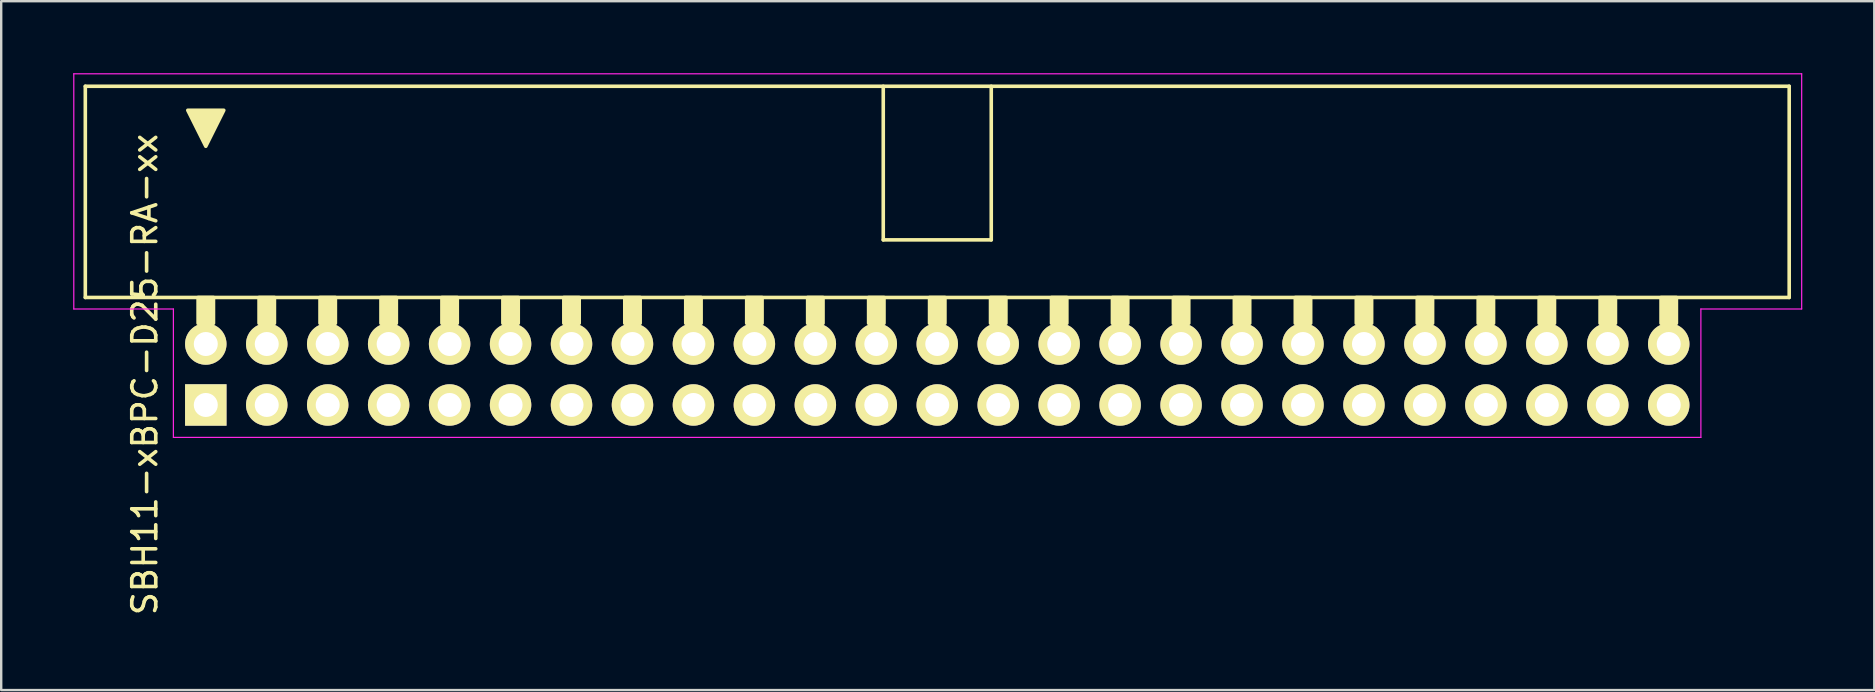
<source format=kicad_pcb>
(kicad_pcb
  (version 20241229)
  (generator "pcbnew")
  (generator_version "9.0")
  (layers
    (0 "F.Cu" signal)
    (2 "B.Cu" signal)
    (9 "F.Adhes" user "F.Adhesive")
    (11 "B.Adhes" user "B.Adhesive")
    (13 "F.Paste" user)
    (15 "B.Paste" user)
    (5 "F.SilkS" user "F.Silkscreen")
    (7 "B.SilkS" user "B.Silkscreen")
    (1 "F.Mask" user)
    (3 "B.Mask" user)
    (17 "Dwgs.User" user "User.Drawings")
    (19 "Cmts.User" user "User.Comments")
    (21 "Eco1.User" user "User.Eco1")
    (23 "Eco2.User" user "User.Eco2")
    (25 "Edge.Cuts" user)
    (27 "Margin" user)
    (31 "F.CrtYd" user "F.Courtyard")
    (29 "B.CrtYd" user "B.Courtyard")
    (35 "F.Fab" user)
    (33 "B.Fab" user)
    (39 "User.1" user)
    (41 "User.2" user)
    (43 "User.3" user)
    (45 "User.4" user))
  (footprint "SBH11-xBPC-D25-RA-xx"
    (layer "F.Cu")
    (at 5.525 13.825)
    (property "Reference" "SBH11-xBPC-D25-RA-xx" (at -2.54 -1.27 270) (layer "F.SilkS") (effects (font (size 1 1) (thickness 0.15))))
    (attr through_hole)
    (fp_line (start -5.02 -13.28) (end -5.02 -4.48) (stroke (width 0.15) (type solid)) (layer "F.SilkS"))
    (fp_line (start -5.02 -13.28) (end 65.98 -13.28) (stroke (width 0.15) (type solid)) (layer "F.SilkS"))
    (fp_line (start -5.02 -4.48) (end 65.98 -4.48) (stroke (width 0.15) (type solid)) (layer "F.SilkS"))
    (fp_line (start 28.23 -6.88) (end 28.23 -13.28) (stroke (width 0.15) (type solid)) (layer "F.SilkS"))
    (fp_line (start 28.23 -6.88) (end 32.73 -6.88) (stroke (width 0.15) (type solid)) (layer "F.SilkS"))
    (fp_line (start 32.73 -6.88) (end 32.73 -13.28) (stroke (width 0.15) (type solid)) (layer "F.SilkS"))
    (fp_line (start 65.98 -13.28) (end 65.98 -4.48) (stroke (width 0.15) (type solid)) (layer "F.SilkS"))
    (fp_poly (pts (xy 0 -10.78) (xy -0.75 -12.28) (xy 0.75 -12.28)) (stroke (width 0.15) (type solid)) (fill yes) (layer "F.SilkS"))
    (fp_poly (pts (xy 0.32 -4.48) (xy -0.32 -4.48) (xy -0.32 -3.404) (xy 0.32 -3.404)) (stroke (width 0.15) (type solid)) (fill yes) (layer "F.SilkS"))
    (fp_poly (pts (xy 2.86 -4.48) (xy 2.22 -4.48) (xy 2.22 -3.404) (xy 2.86 -3.404)) (stroke (width 0.15) (type solid)) (fill yes) (layer "F.SilkS"))
    (fp_poly (pts (xy 5.4 -4.48) (xy 4.76 -4.48) (xy 4.76 -3.404) (xy 5.4 -3.404)) (stroke (width 0.15) (type solid)) (fill yes) (layer "F.SilkS"))
    (fp_poly (pts (xy 7.94 -4.48) (xy 7.3 -4.48) (xy 7.3 -3.404) (xy 7.94 -3.404)) (stroke (width 0.15) (type solid)) (fill yes) (layer "F.SilkS"))
    (fp_poly (pts (xy 10.48 -4.48) (xy 9.84 -4.48) (xy 9.84 -3.404) (xy 10.48 -3.404)) (stroke (width 0.15) (type solid)) (fill yes) (layer "F.SilkS"))
    (fp_poly (pts (xy 13.02 -4.48) (xy 12.38 -4.48) (xy 12.38 -3.404) (xy 13.02 -3.404)) (stroke (width 0.15) (type solid)) (fill yes) (layer "F.SilkS"))
    (fp_poly (pts (xy 15.56 -4.48) (xy 14.92 -4.48) (xy 14.92 -3.404) (xy 15.56 -3.404)) (stroke (width 0.15) (type solid)) (fill yes) (layer "F.SilkS"))
    (fp_poly (pts (xy 18.1 -4.48) (xy 17.46 -4.48) (xy 17.46 -3.404) (xy 18.1 -3.404)) (stroke (width 0.15) (type solid)) (fill yes) (layer "F.SilkS"))
    (fp_poly (pts (xy 20.64 -4.48) (xy 20 -4.48) (xy 20 -3.404) (xy 20.64 -3.404)) (stroke (width 0.15) (type solid)) (fill yes) (layer "F.SilkS"))
    (fp_poly (pts (xy 23.18 -4.48) (xy 22.54 -4.48) (xy 22.54 -3.404) (xy 23.18 -3.404)) (stroke (width 0.15) (type solid)) (fill yes) (layer "F.SilkS"))
    (fp_poly (pts (xy 25.72 -4.48) (xy 25.08 -4.48) (xy 25.08 -3.404) (xy 25.72 -3.404)) (stroke (width 0.15) (type solid)) (fill yes) (layer "F.SilkS"))
    (fp_poly (pts (xy 28.26 -4.48) (xy 27.62 -4.48) (xy 27.62 -3.404) (xy 28.26 -3.404)) (stroke (width 0.15) (type solid)) (fill yes) (layer "F.SilkS"))
    (fp_poly (pts (xy 30.8 -4.48) (xy 30.16 -4.48) (xy 30.16 -3.404) (xy 30.8 -3.404)) (stroke (width 0.15) (type solid)) (fill yes) (layer "F.SilkS"))
    (fp_poly (pts (xy 33.34 -4.48) (xy 32.7 -4.48) (xy 32.7 -3.404) (xy 33.34 -3.404)) (stroke (width 0.15) (type solid)) (fill yes) (layer "F.SilkS"))
    (fp_poly (pts (xy 35.88 -4.48) (xy 35.24 -4.48) (xy 35.24 -3.404) (xy 35.88 -3.404)) (stroke (width 0.15) (type solid)) (fill yes) (layer "F.SilkS"))
    (fp_poly (pts (xy 38.42 -4.48) (xy 37.78 -4.48) (xy 37.78 -3.404) (xy 38.42 -3.404)) (stroke (width 0.15) (type solid)) (fill yes) (layer "F.SilkS"))
    (fp_poly (pts (xy 40.96 -4.48) (xy 40.32 -4.48) (xy 40.32 -3.404) (xy 40.96 -3.404)) (stroke (width 0.15) (type solid)) (fill yes) (layer "F.SilkS"))
    (fp_poly (pts (xy 43.5 -4.48) (xy 42.86 -4.48) (xy 42.86 -3.404) (xy 43.5 -3.404)) (stroke (width 0.15) (type solid)) (fill yes) (layer "F.SilkS"))
    (fp_poly (pts (xy 46.04 -4.48) (xy 45.4 -4.48) (xy 45.4 -3.404) (xy 46.04 -3.404)) (stroke (width 0.15) (type solid)) (fill yes) (layer "F.SilkS"))
    (fp_poly (pts (xy 48.58 -4.48) (xy 47.94 -4.48) (xy 47.94 -3.404) (xy 48.58 -3.404)) (stroke (width 0.15) (type solid)) (fill yes) (layer "F.SilkS"))
    (fp_poly (pts (xy 51.12 -4.48) (xy 50.48 -4.48) (xy 50.48 -3.404) (xy 51.12 -3.404)) (stroke (width 0.15) (type solid)) (fill yes) (layer "F.SilkS"))
    (fp_poly (pts (xy 53.66 -4.48) (xy 53.02 -4.48) (xy 53.02 -3.404) (xy 53.66 -3.404)) (stroke (width 0.15) (type solid)) (fill yes) (layer "F.SilkS"))
    (fp_poly (pts (xy 56.2 -4.48) (xy 55.56 -4.48) (xy 55.56 -3.404) (xy 56.2 -3.404)) (stroke (width 0.15) (type solid)) (fill yes) (layer "F.SilkS"))
    (fp_poly (pts (xy 58.74 -4.48) (xy 58.1 -4.48) (xy 58.1 -3.404) (xy 58.74 -3.404)) (stroke (width 0.15) (type solid)) (fill yes) (layer "F.SilkS"))
    (fp_poly (pts (xy 61.28 -4.48) (xy 60.64 -4.48) (xy 60.64 -3.404) (xy 61.28 -3.404)) (stroke (width 0.15) (type solid)) (fill yes) (layer "F.SilkS"))
    (fp_line (start -5.5 -13.8) (end -5.5 -4) (stroke (width 0.05) (type solid)) (layer "F.CrtYd"))
    (fp_line (start -5.5 -13.8) (end 66.5 -13.8) (stroke (width 0.05) (type solid)) (layer "F.CrtYd"))
    (fp_line (start -5.5 -4) (end -1.35 -4) (stroke (width 0.05) (type solid)) (layer "F.CrtYd"))
    (fp_line (start -1.35 -4) (end -1.35 1.35) (stroke (width 0.05) (type solid)) (layer "F.CrtYd"))
    (fp_line (start -1.35 1.35) (end 62.3 1.35) (stroke (width 0.05) (type solid)) (layer "F.CrtYd"))
    (fp_line (start 62.3 -4) (end 62.3 1.35) (stroke (width 0.05) (type solid)) (layer "F.CrtYd"))
    (fp_line (start 66.5 -13.8) (end 66.5 -4) (stroke (width 0.05) (type solid)) (layer "F.CrtYd"))
    (fp_line (start 66.5 -4) (end 62.3 -4) (stroke (width 0.05) (type solid)) (layer "F.CrtYd"))
    (pad "1" thru_hole rect (at 0 0) (size 1.727 1.727) (drill 1) (layers "*.Cu" "*.Mask" "F.SilkS"))
    (pad "2" thru_hole circle (at 0 -2.54) (size 1.727 1.727) (drill 1) (layers "*.Cu" "*.Mask" "F.SilkS"))
    (pad "3" thru_hole circle (at 2.54 0) (size 1.727 1.727) (drill 1) (layers "*.Cu" "*.Mask" "F.SilkS"))
    (pad "4" thru_hole circle (at 2.54 -2.54) (size 1.727 1.727) (drill 1) (layers "*.Cu" "*.Mask" "F.SilkS"))
    (pad "5" thru_hole circle (at 5.08 0) (size 1.727 1.727) (drill 1) (layers "*.Cu" "*.Mask" "F.SilkS"))
    (pad "6" thru_hole circle (at 5.08 -2.54) (size 1.727 1.727) (drill 1) (layers "*.Cu" "*.Mask" "F.SilkS"))
    (pad "7" thru_hole circle (at 7.62 0) (size 1.727 1.727) (drill 1) (layers "*.Cu" "*.Mask" "F.SilkS"))
    (pad "8" thru_hole circle (at 7.62 -2.54) (size 1.727 1.727) (drill 1) (layers "*.Cu" "*.Mask" "F.SilkS"))
    (pad "9" thru_hole circle (at 10.16 0) (size 1.727 1.727) (drill 1) (layers "*.Cu" "*.Mask" "F.SilkS"))
    (pad "10" thru_hole circle (at 10.16 -2.54) (size 1.727 1.727) (drill 1) (layers "*.Cu" "*.Mask" "F.SilkS"))
    (pad "11" thru_hole circle (at 12.7 0) (size 1.727 1.727) (drill 1) (layers "*.Cu" "*.Mask" "F.SilkS"))
    (pad "12" thru_hole circle (at 12.7 -2.54) (size 1.727 1.727) (drill 1) (layers "*.Cu" "*.Mask" "F.SilkS"))
    (pad "13" thru_hole circle (at 15.24 0) (size 1.727 1.727) (drill 1) (layers "*.Cu" "*.Mask" "F.SilkS"))
    (pad "14" thru_hole circle (at 15.24 -2.54) (size 1.727 1.727) (drill 1) (layers "*.Cu" "*.Mask" "F.SilkS"))
    (pad "15" thru_hole circle (at 17.78 0) (size 1.727 1.727) (drill 1) (layers "*.Cu" "*.Mask" "F.SilkS"))
    (pad "16" thru_hole circle (at 17.78 -2.54) (size 1.727 1.727) (drill 1) (layers "*.Cu" "*.Mask" "F.SilkS"))
    (pad "17" thru_hole circle (at 20.32 0) (size 1.727 1.727) (drill 1) (layers "*.Cu" "*.Mask" "F.SilkS"))
    (pad "18" thru_hole circle (at 20.32 -2.54) (size 1.727 1.727) (drill 1) (layers "*.Cu" "*.Mask" "F.SilkS"))
    (pad "19" thru_hole circle (at 22.86 0) (size 1.727 1.727) (drill 1) (layers "*.Cu" "*.Mask" "F.SilkS"))
    (pad "20" thru_hole circle (at 22.86 -2.54) (size 1.727 1.727) (drill 1) (layers "*.Cu" "*.Mask" "F.SilkS"))
    (pad "21" thru_hole circle (at 25.4 0) (size 1.727 1.727) (drill 1) (layers "*.Cu" "*.Mask" "F.SilkS"))
    (pad "22" thru_hole circle (at 25.4 -2.54) (size 1.727 1.727) (drill 1) (layers "*.Cu" "*.Mask" "F.SilkS"))
    (pad "23" thru_hole circle (at 27.94 0) (size 1.727 1.727) (drill 1) (layers "*.Cu" "*.Mask" "F.SilkS"))
    (pad "24" thru_hole circle (at 27.94 -2.54) (size 1.727 1.727) (drill 1) (layers "*.Cu" "*.Mask" "F.SilkS"))
    (pad "25" thru_hole circle (at 30.48 0) (size 1.727 1.727) (drill 1) (layers "*.Cu" "*.Mask" "F.SilkS"))
    (pad "26" thru_hole circle (at 30.48 -2.54) (size 1.727 1.727) (drill 1) (layers "*.Cu" "*.Mask" "F.SilkS"))
    (pad "27" thru_hole circle (at 33.02 0) (size 1.727 1.727) (drill 1) (layers "*.Cu" "*.Mask" "F.SilkS"))
    (pad "28" thru_hole circle (at 33.02 -2.54) (size 1.727 1.727) (drill 1) (layers "*.Cu" "*.Mask" "F.SilkS"))
    (pad "29" thru_hole circle (at 35.56 0) (size 1.727 1.727) (drill 1) (layers "*.Cu" "*.Mask" "F.SilkS"))
    (pad "30" thru_hole circle (at 35.56 -2.54) (size 1.727 1.727) (drill 1) (layers "*.Cu" "*.Mask" "F.SilkS"))
    (pad "31" thru_hole circle (at 38.1 0) (size 1.727 1.727) (drill 1) (layers "*.Cu" "*.Mask" "F.SilkS"))
    (pad "32" thru_hole circle (at 38.1 -2.54) (size 1.727 1.727) (drill 1) (layers "*.Cu" "*.Mask" "F.SilkS"))
    (pad "33" thru_hole circle (at 40.64 0) (size 1.727 1.727) (drill 1) (layers "*.Cu" "*.Mask" "F.SilkS"))
    (pad "34" thru_hole circle (at 40.64 -2.54) (size 1.727 1.727) (drill 1) (layers "*.Cu" "*.Mask" "F.SilkS"))
    (pad "35" thru_hole circle (at 43.18 0) (size 1.727 1.727) (drill 1) (layers "*.Cu" "*.Mask" "F.SilkS"))
    (pad "36" thru_hole circle (at 43.18 -2.54) (size 1.727 1.727) (drill 1) (layers "*.Cu" "*.Mask" "F.SilkS"))
    (pad "37" thru_hole circle (at 45.72 0) (size 1.727 1.727) (drill 1) (layers "*.Cu" "*.Mask" "F.SilkS"))
    (pad "38" thru_hole circle (at 45.72 -2.54) (size 1.727 1.727) (drill 1) (layers "*.Cu" "*.Mask" "F.SilkS"))
    (pad "39" thru_hole circle (at 48.26 0) (size 1.727 1.727) (drill 1) (layers "*.Cu" "*.Mask" "F.SilkS"))
    (pad "40" thru_hole circle (at 48.26 -2.54) (size 1.727 1.727) (drill 1) (layers "*.Cu" "*.Mask" "F.SilkS"))
    (pad "41" thru_hole circle (at 50.8 0) (size 1.727 1.727) (drill 1) (layers "*.Cu" "*.Mask" "F.SilkS"))
    (pad "42" thru_hole circle (at 50.8 -2.54) (size 1.727 1.727) (drill 1) (layers "*.Cu" "*.Mask" "F.SilkS"))
    (pad "43" thru_hole circle (at 53.34 0) (size 1.727 1.727) (drill 1) (layers "*.Cu" "*.Mask" "F.SilkS"))
    (pad "44" thru_hole circle (at 53.34 -2.54) (size 1.727 1.727) (drill 1) (layers "*.Cu" "*.Mask" "F.SilkS"))
    (pad "45" thru_hole circle (at 55.88 0) (size 1.727 1.727) (drill 1) (layers "*.Cu" "*.Mask" "F.SilkS"))
    (pad "46" thru_hole circle (at 55.88 -2.54) (size 1.727 1.727) (drill 1) (layers "*.Cu" "*.Mask" "F.SilkS"))
    (pad "47" thru_hole circle (at 58.42 0) (size 1.727 1.727) (drill 1) (layers "*.Cu" "*.Mask" "F.SilkS"))
    (pad "48" thru_hole circle (at 58.42 -2.54) (size 1.727 1.727) (drill 1) (layers "*.Cu" "*.Mask" "F.SilkS"))
    (pad "49" thru_hole circle (at 60.96 0) (size 1.727 1.727) (drill 1) (layers "*.Cu" "*.Mask" "F.SilkS"))
    (pad "50" thru_hole circle (at 60.96 -2.54) (size 1.727 1.727) (drill 1) (layers "*.Cu" "*.Mask" "F.SilkS")))
  (gr_rect
    (start -3 -3)
    (end 75.05 25.704)
    (stroke (width 0.1) (type default))
    (fill no)
    (layer "Edge.Cuts")))
</source>
